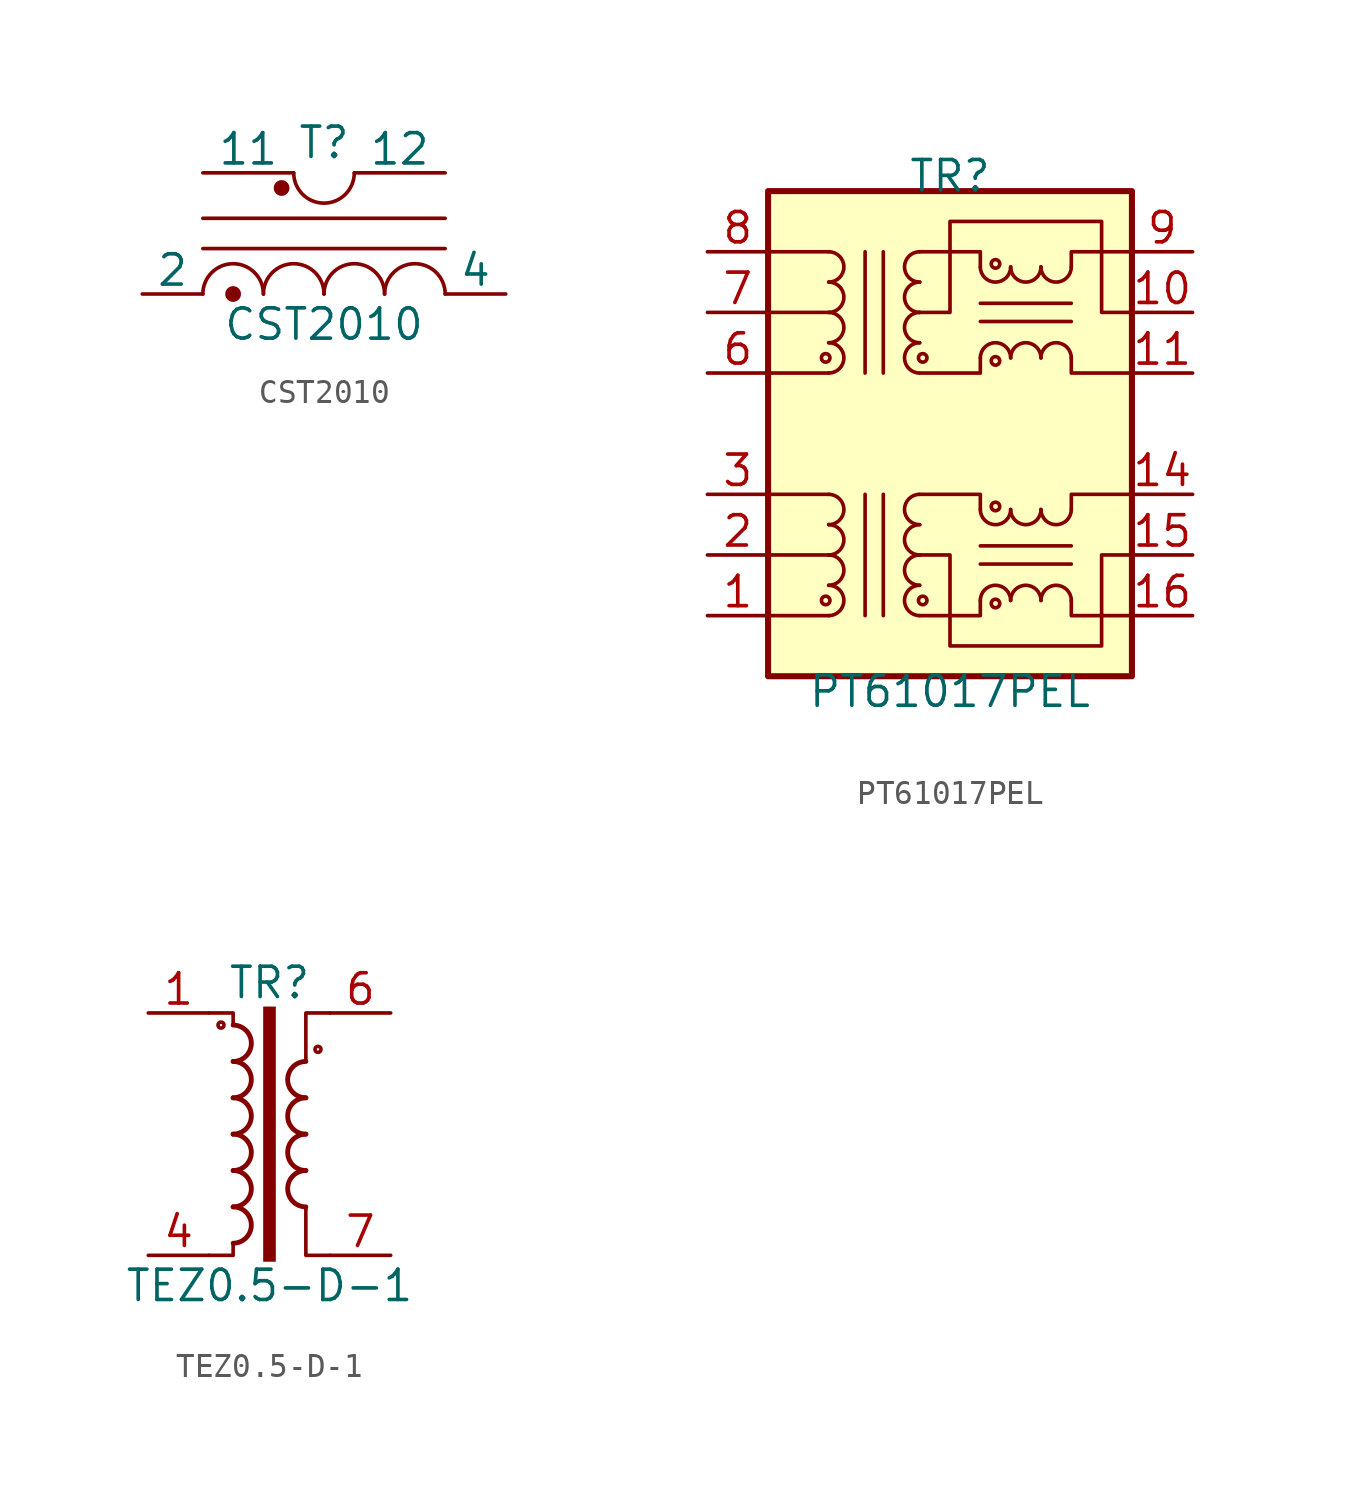
<source format=kicad_sym>
(kicad_symbol_lib
  (version 20220914)
  (generator kicad_symbol_editor)
  (symbol "CST2010"
    (pin_numbers hide)
    (pin_names
      (offset 0))
    (property "Reference" "T"
      (at 0 6.35 0)
      (effects (font (size 1.27 1.27))))
    (property "Value" "CST2010"
      (at 0 -1.27 0)
      (effects (font (size 1.27 1.27))))
    (property "ki_locked" ""
      (at 0 0 0)
      (effects (font (size 1.27 1.27))))
    (symbol "CST2010_0_1"
      (circle (center -3.81 0) (radius 0.254) (stroke (width 0) (type default)) (fill (type outline)))
      (arc (start -2.54 0) (mid -3.81 1.2645) (end -5.08 0) (stroke (width 0) (type default)) (fill (type none)))
      (circle (center -1.778 4.445) (radius 0.254) (stroke (width 0) (type default)) (fill (type outline)))
      (arc (start -1.27 5.08) (mid 0 3.8155) (end 1.27 5.08) (stroke (width 0) (type default)) (fill (type none)))
      (arc (start 0 0) (mid -1.27 1.2645) (end -2.54 0) (stroke (width 0) (type default)) (fill (type none)))
      (polyline (pts (xy -5.08 1.905) (xy 5.08 1.905)) (stroke (width 0) (type default)) (fill (type none)))
      (polyline (pts (xy -5.08 3.175) (xy 5.08 3.175)) (stroke (width 0) (type default)) (fill (type none)))
      (arc (start 2.54 0) (mid 1.27 1.2645) (end 0 0) (stroke (width 0) (type default)) (fill (type none)))
      (arc (start 5.08 0) (mid 3.81 1.2645) (end 2.54 0) (stroke (width 0) (type default)) (fill (type none)))
      (pin passive line (at -5.08 5.08 0) (length 3.81) (name "11" (effects (font (size 1.27 1.27)))) (number "11" (effects (font (size 1.27 1.27)))))
      (pin passive line (at 5.08 5.08 180) (length 3.81) (name "12" (effects (font (size 1.27 1.27)))) (number "12" (effects (font (size 1.27 1.27)))))
      (pin passive line (at -7.62 0 0) (length 2.54) (name "2" (effects (font (size 1.27 1.27)))) (number "2" (effects (font (size 1.27 1.27)))))
      (pin passive line (at 7.62 0 180) (length 2.54) (name "4" (effects (font (size 1.27 1.27)))) (number "4" (effects (font (size 1.27 1.27))))))
    (symbol "CST2010_1_1"
      (pin no_connect line (at -5.08 0 0) (length 2.54) hide (name "1" (effects (font (size 1.27 1.27)))) (number "1" (effects (font (size 1.27 1.27)))))
      (pin no_connect line (at 2.54 2.54 0) (length 2.54) hide (name "10" (effects (font (size 1.27 1.27)))) (number "10" (effects (font (size 1.27 1.27)))))
      (pin no_connect line (at -2.54 0 0) (length 2.54) hide (name "3" (effects (font (size 1.27 1.27)))) (number "3" (effects (font (size 1.27 1.27)))))
      (pin no_connect line (at 0 0 0) (length 2.54) hide (name "5" (effects (font (size 1.27 1.27)))) (number "5" (effects (font (size 1.27 1.27)))))
      (pin no_connect line (at 2.54 0 0) (length 2.54) hide (name "6" (effects (font (size 1.27 1.27)))) (number "6" (effects (font (size 1.27 1.27)))))
      (pin no_connect line (at -5.08 2.54 0) (length 2.54) hide (name "7" (effects (font (size 1.27 1.27)))) (number "7" (effects (font (size 1.27 1.27)))))
      (pin no_connect line (at -2.54 2.54 0) (length 2.54) hide (name "8" (effects (font (size 1.27 1.27)))) (number "8" (effects (font (size 1.27 1.27)))))
      (pin no_connect line (at 0 2.54 0) (length 2.54) hide (name "9" (effects (font (size 1.27 1.27)))) (number "9" (effects (font (size 1.27 1.27)))))))
  (symbol "PT61017PEL"
    (pin_names hide)
    (property "Reference" "TR"
      (at 0 10.795 0)
      (effects (font (size 1.27 1.27))))
    (property "Value" "PT61017PEL"
      (at 0 -10.795 0)
      (effects (font (size 1.27 1.27))))
    (symbol "PT61017PEL_0_1"
      (rectangle (start -7.62 10.16) (end 7.62 -10.16) (stroke (width 0.254) (type default)) (fill (type background)))
      (circle (center -5.207 3.175) (radius 0.178) (stroke (width 0) (type default)) (fill (type none)))
      (arc (start -5.08 6.35) (mid -4.4477 6.985) (end -5.08 7.62) (stroke (width 0) (type default)) (fill (type none)))
      (polyline (pts (xy -5.08 2.54) (xy -7.62 2.54)) (stroke (width 0) (type default)) (fill (type none)))
      (polyline (pts (xy -5.08 5.08) (xy -7.62 5.08)) (stroke (width 0) (type default)) (fill (type none)))
      (polyline (pts (xy -5.08 7.62) (xy -7.62 7.62)) (stroke (width 0) (type default)) (fill (type none)))
      (polyline (pts (xy -3.556 -2.54) (xy -3.556 -7.62)) (stroke (width 0) (type default)) (fill (type none)))
      (polyline (pts (xy -3.556 2.54) (xy -3.556 7.62)) (stroke (width 0) (type default)) (fill (type none)))
      (polyline (pts (xy -2.794 -7.62) (xy -2.794 -2.54)) (stroke (width 0) (type default)) (fill (type none)))
      (polyline (pts (xy -2.794 7.62) (xy -2.794 2.54)) (stroke (width 0) (type default)) (fill (type none)))
      (polyline (pts (xy 1.27 4.699) (xy 5.08 4.699)) (stroke (width 0) (type default)) (fill (type none)))
      (polyline (pts (xy 1.27 5.461) (xy 5.08 5.461)) (stroke (width 0) (type default)) (fill (type none)))
      (polyline (pts (xy -1.27 2.54) (xy 1.27 2.54) (xy 1.27 3.175)) (stroke (width 0) (type default)) (fill (type none)))
      (polyline (pts (xy 1.27 6.985) (xy 1.27 7.62) (xy -1.27 7.62)) (stroke (width 0) (type default)) (fill (type none)))
      (polyline (pts (xy 5.08 3.175) (xy 5.08 2.54) (xy 7.62 2.54)) (stroke (width 0) (type default)) (fill (type none)))
      (polyline (pts (xy 5.08 6.985) (xy 5.08 7.62) (xy 7.62 7.62)) (stroke (width 0) (type default)) (fill (type none)))
      (polyline (pts (xy -1.27 5.08) (xy 0 5.08) (xy 0 8.89) (xy 6.35 8.89) (xy 6.35 5.08) (xy 7.62 5.08)) (stroke (width 0) (type default)) (fill (type none))))
    (symbol "PT61017PEL_1_1"
      (circle (center -5.207 -6.985) (radius 0.178) (stroke (width 0) (type default)) (fill (type none)))
      (arc (start -5.08 -7.62) (mid -4.4477 -6.985) (end -5.08 -6.35) (stroke (width 0) (type default)) (fill (type none)))
      (arc (start -5.08 -6.35) (mid -4.4477 -5.715) (end -5.08 -5.08) (stroke (width 0) (type default)) (fill (type none)))
      (arc (start -5.08 -5.08) (mid -4.4477 -4.445) (end -5.08 -3.81) (stroke (width 0) (type default)) (fill (type none)))
      (arc (start -5.08 -3.81) (mid -4.4477 -3.175) (end -5.08 -2.54) (stroke (width 0) (type default)) (fill (type none)))
      (arc (start -5.08 2.54) (mid -4.4477 3.175) (end -5.08 3.81) (stroke (width 0) (type default)) (fill (type none)))
      (arc (start -5.08 3.81) (mid -4.4477 4.445) (end -5.08 5.08) (stroke (width 0) (type default)) (fill (type none)))
      (arc (start -5.08 5.08) (mid -4.4477 5.715) (end -5.08 6.35) (stroke (width 0) (type default)) (fill (type none)))
      (arc (start -1.27 -6.35) (mid -1.9023 -6.985) (end -1.27 -7.62) (stroke (width 0) (type default)) (fill (type none)))
      (arc (start -1.27 -5.08) (mid -1.9023 -5.715) (end -1.27 -6.35) (stroke (width 0) (type default)) (fill (type none)))
      (arc (start -1.27 -3.81) (mid -1.9023 -4.445) (end -1.27 -5.08) (stroke (width 0) (type default)) (fill (type none)))
      (arc (start -1.27 -2.54) (mid -1.9023 -3.175) (end -1.27 -3.81) (stroke (width 0) (type default)) (fill (type none)))
      (arc (start -1.27 3.81) (mid -1.9023 3.175) (end -1.27 2.54) (stroke (width 0) (type default)) (fill (type none)))
      (arc (start -1.27 5.08) (mid -1.9023 4.445) (end -1.27 3.81) (stroke (width 0) (type default)) (fill (type none)))
      (arc (start -1.27 6.35) (mid -1.9023 5.715) (end -1.27 5.08) (stroke (width 0) (type default)) (fill (type none)))
      (arc (start -1.27 7.62) (mid -1.9023 6.985) (end -1.27 6.35) (stroke (width 0) (type default)) (fill (type none)))
      (circle (center -1.143 -6.985) (radius 0.178) (stroke (width 0) (type default)) (fill (type none)))
      (circle (center -1.143 3.175) (radius 0.178) (stroke (width 0) (type default)) (fill (type none)))
      (polyline (pts (xy -5.08 -7.62) (xy -7.62 -7.62)) (stroke (width 0) (type default)) (fill (type none)))
      (polyline (pts (xy -5.08 -5.08) (xy -7.62 -5.08)) (stroke (width 0) (type default)) (fill (type none)))
      (polyline (pts (xy -5.08 -2.54) (xy -7.62 -2.54)) (stroke (width 0) (type default)) (fill (type none)))
      (polyline (pts (xy 1.27 -5.461) (xy 5.08 -5.461)) (stroke (width 0) (type default)) (fill (type none)))
      (polyline (pts (xy 1.27 -4.699) (xy 5.08 -4.699)) (stroke (width 0) (type default)) (fill (type none)))
      (polyline (pts (xy -1.27 -7.62) (xy 1.27 -7.62) (xy 1.27 -6.985)) (stroke (width 0) (type default)) (fill (type none)))
      (polyline (pts (xy 1.27 -3.175) (xy 1.27 -2.54) (xy -1.27 -2.54)) (stroke (width 0) (type default)) (fill (type none)))
      (polyline (pts (xy 5.08 -6.985) (xy 5.08 -7.62) (xy 7.62 -7.62)) (stroke (width 0) (type default)) (fill (type none)))
      (polyline (pts (xy 5.08 -3.175) (xy 5.08 -2.54) (xy 7.62 -2.54)) (stroke (width 0) (type default)) (fill (type none)))
      (polyline (pts (xy 7.62 -5.08) (xy 6.35 -5.08) (xy 6.35 -8.89) (xy 0 -8.89) (xy 0 -5.08) (xy -1.27 -5.08)) (stroke (width 0) (type default)) (fill (type none)))
      (arc (start 1.27 -3.175) (mid 1.905 -3.8073) (end 2.54 -3.175) (stroke (width 0) (type default)) (fill (type none)))
      (arc (start 1.27 6.985) (mid 1.905 6.3527) (end 2.54 6.985) (stroke (width 0) (type default)) (fill (type none)))
      (circle (center 1.905 -7.112) (radius 0.178) (stroke (width 0) (type default)) (fill (type none)))
      (circle (center 1.905 -3.048) (radius 0.178) (stroke (width 0) (type default)) (fill (type none)))
      (circle (center 1.905 3.048) (radius 0.178) (stroke (width 0) (type default)) (fill (type none)))
      (circle (center 1.905 7.112) (radius 0.178) (stroke (width 0) (type default)) (fill (type none)))
      (arc (start 2.54 -6.985) (mid 1.905 -6.3527) (end 1.27 -6.985) (stroke (width 0) (type default)) (fill (type none)))
      (arc (start 2.54 -3.175) (mid 3.175 -3.8073) (end 3.81 -3.175) (stroke (width 0) (type default)) (fill (type none)))
      (arc (start 2.54 3.175) (mid 1.905 3.8073) (end 1.27 3.175) (stroke (width 0) (type default)) (fill (type none)))
      (arc (start 2.54 6.985) (mid 3.175 6.3527) (end 3.81 6.985) (stroke (width 0) (type default)) (fill (type none)))
      (arc (start 3.81 -6.985) (mid 3.175 -6.3527) (end 2.54 -6.985) (stroke (width 0) (type default)) (fill (type none)))
      (arc (start 3.81 -3.175) (mid 4.445 -3.8073) (end 5.08 -3.175) (stroke (width 0) (type default)) (fill (type none)))
      (arc (start 3.81 3.175) (mid 3.175 3.8073) (end 2.54 3.175) (stroke (width 0) (type default)) (fill (type none)))
      (arc (start 3.81 6.985) (mid 4.445 6.3527) (end 5.08 6.985) (stroke (width 0) (type default)) (fill (type none)))
      (arc (start 5.08 -6.985) (mid 4.445 -6.3527) (end 3.81 -6.985) (stroke (width 0) (type default)) (fill (type none)))
      (arc (start 5.08 3.175) (mid 4.445 3.8073) (end 3.81 3.175) (stroke (width 0) (type default)) (fill (type none)))
      (pin passive line (at -10.16 -7.62 0) (length 2.54) (name "TD+" (effects (font (size 1.27 1.27)))) (number "1" (effects (font (size 1.27 1.27)))))
      (pin passive line (at 10.16 5.08 180) (length 2.54) (name "C_RX" (effects (font (size 1.27 1.27)))) (number "10" (effects (font (size 1.27 1.27)))))
      (pin passive line (at 10.16 2.54 180) (length 2.54) (name "RX+" (effects (font (size 1.27 1.27)))) (number "11" (effects (font (size 1.27 1.27)))))
      (pin passive line (at 10.16 -2.54 180) (length 2.54) (name "TX-" (effects (font (size 1.27 1.27)))) (number "14" (effects (font (size 1.27 1.27)))))
      (pin passive line (at 10.16 -5.08 180) (length 2.54) (name "C_TX" (effects (font (size 1.27 1.27)))) (number "15" (effects (font (size 1.27 1.27)))))
      (pin passive line (at 10.16 -7.62 180) (length 2.54) (name "TX+" (effects (font (size 1.27 1.27)))) (number "16" (effects (font (size 1.27 1.27)))))
      (pin passive line (at -10.16 -5.08 0) (length 2.54) (name "C_TD" (effects (font (size 1.27 1.27)))) (number "2" (effects (font (size 1.27 1.27)))))
      (pin passive line (at -10.16 -2.54 0) (length 2.54) (name "TD-" (effects (font (size 1.27 1.27)))) (number "3" (effects (font (size 1.27 1.27)))))
      (pin passive line (at -10.16 2.54 0) (length 2.54) (name "RD+" (effects (font (size 1.27 1.27)))) (number "6" (effects (font (size 1.27 1.27)))))
      (pin passive line (at -10.16 5.08 0) (length 2.54) (name "C_RD" (effects (font (size 1.27 1.27)))) (number "7" (effects (font (size 1.27 1.27)))))
      (pin passive line (at -10.16 7.62 0) (length 2.54) (name "RD-" (effects (font (size 1.27 1.27)))) (number "8" (effects (font (size 1.27 1.27)))))
      (pin passive line (at 10.16 7.62 180) (length 2.54) (name "RX-" (effects (font (size 1.27 1.27)))) (number "9" (effects (font (size 1.27 1.27)))))))
  (symbol "TEZ0.5-D-1"
    (pin_names
      (offset 0.025))
    (property "Reference" "TR"
      (at 0 6.35 0)
      (effects (font (size 1.27 1.27))))
    (property "Value" "TEZ0.5-D-1"
      (at 0 -6.35 0)
      (effects (font (size 1.27 1.27))))
    (symbol "TEZ0.5-D-1_0_1"
      (circle (center -2.032 4.572) (radius 0.127) (stroke (width 0) (type default)) (fill (type none)))
      (arc (start -1.524 -4.572) (mid -0.7653 -3.81) (end -1.524 -3.048) (stroke (width 0.2032) (type default)) (fill (type none)))
      (arc (start -1.524 -3.048) (mid -0.7653 -2.286) (end -1.524 -1.524) (stroke (width 0.2032) (type default)) (fill (type none)))
      (arc (start -1.524 -1.524) (mid -0.7653 -0.762) (end -1.524 0) (stroke (width 0.2032) (type default)) (fill (type none)))
      (arc (start -1.524 0) (mid -0.7653 0.762) (end -1.524 1.524) (stroke (width 0.2032) (type default)) (fill (type none)))
      (arc (start -1.524 1.524) (mid -0.7653 2.286) (end -1.524 3.048) (stroke (width 0.2032) (type default)) (fill (type none)))
      (arc (start -1.524 3.048) (mid -0.7653 3.81) (end -1.524 4.572) (stroke (width 0.2032) (type default)) (fill (type none)))
      (rectangle (start -0.254 5.334) (end 0.254 -5.334) (stroke (width 0.025) (type default)) (fill (type outline)))
      (polyline (pts (xy -1.524 -4.572) (xy -1.524 -5.08) (xy -2.54 -5.08)) (stroke (width 0) (type default)) (fill (type none)))
      (polyline (pts (xy -1.524 4.572) (xy -1.524 5.08) (xy -2.54 5.08)) (stroke (width 0) (type default)) (fill (type none)))
      (polyline (pts (xy 1.524 3.048) (xy 1.524 5.08) (xy 2.54 5.08) (xy 2.54 5.08)) (stroke (width 0.152) (type default)) (fill (type none)))
      (polyline (pts (xy 2.54 -5.08) (xy 1.524 -5.08) (xy 1.524 -3.048) (xy 1.524 -3.048)) (stroke (width 0.152) (type default)) (fill (type none)))
      (arc (start 1.524 -1.524) (mid 0.7653 -2.286) (end 1.524 -3.048) (stroke (width 0.2032) (type default)) (fill (type none)))
      (arc (start 1.524 0) (mid 0.7653 -0.762) (end 1.524 -1.524) (stroke (width 0.2032) (type default)) (fill (type none)))
      (arc (start 1.524 1.524) (mid 0.7653 0.762) (end 1.524 0) (stroke (width 0.2032) (type default)) (fill (type none)))
      (arc (start 1.524 3.048) (mid 0.7653 2.286) (end 1.524 1.524) (stroke (width 0.2032) (type default)) (fill (type none)))
      (circle (center 2.032 3.556) (radius 0.127) (stroke (width 0) (type default)) (fill (type none))))
    (symbol "TEZ0.5-D-1_1_1"
      (pin passive line (at -5.08 5.08 0) (length 2.54) (name "~" (effects (font (size 1.27 1.27)))) (number "1" (effects (font (size 1.27 1.27)))))
      (pin passive line (at -5.08 -5.08 0) (length 2.54) (name "~" (effects (font (size 1.27 1.27)))) (number "4" (effects (font (size 1.27 1.27)))))
      (pin passive line (at 5.08 5.08 180) (length 2.54) (name "~" (effects (font (size 1.27 1.27)))) (number "6" (effects (font (size 1.27 1.27)))))
      (pin passive line (at 5.08 -5.08 180) (length 2.54) (name "~" (effects (font (size 1.27 1.27)))) (number "7" (effects (font (size 1.27 1.27))))))))
</source>
